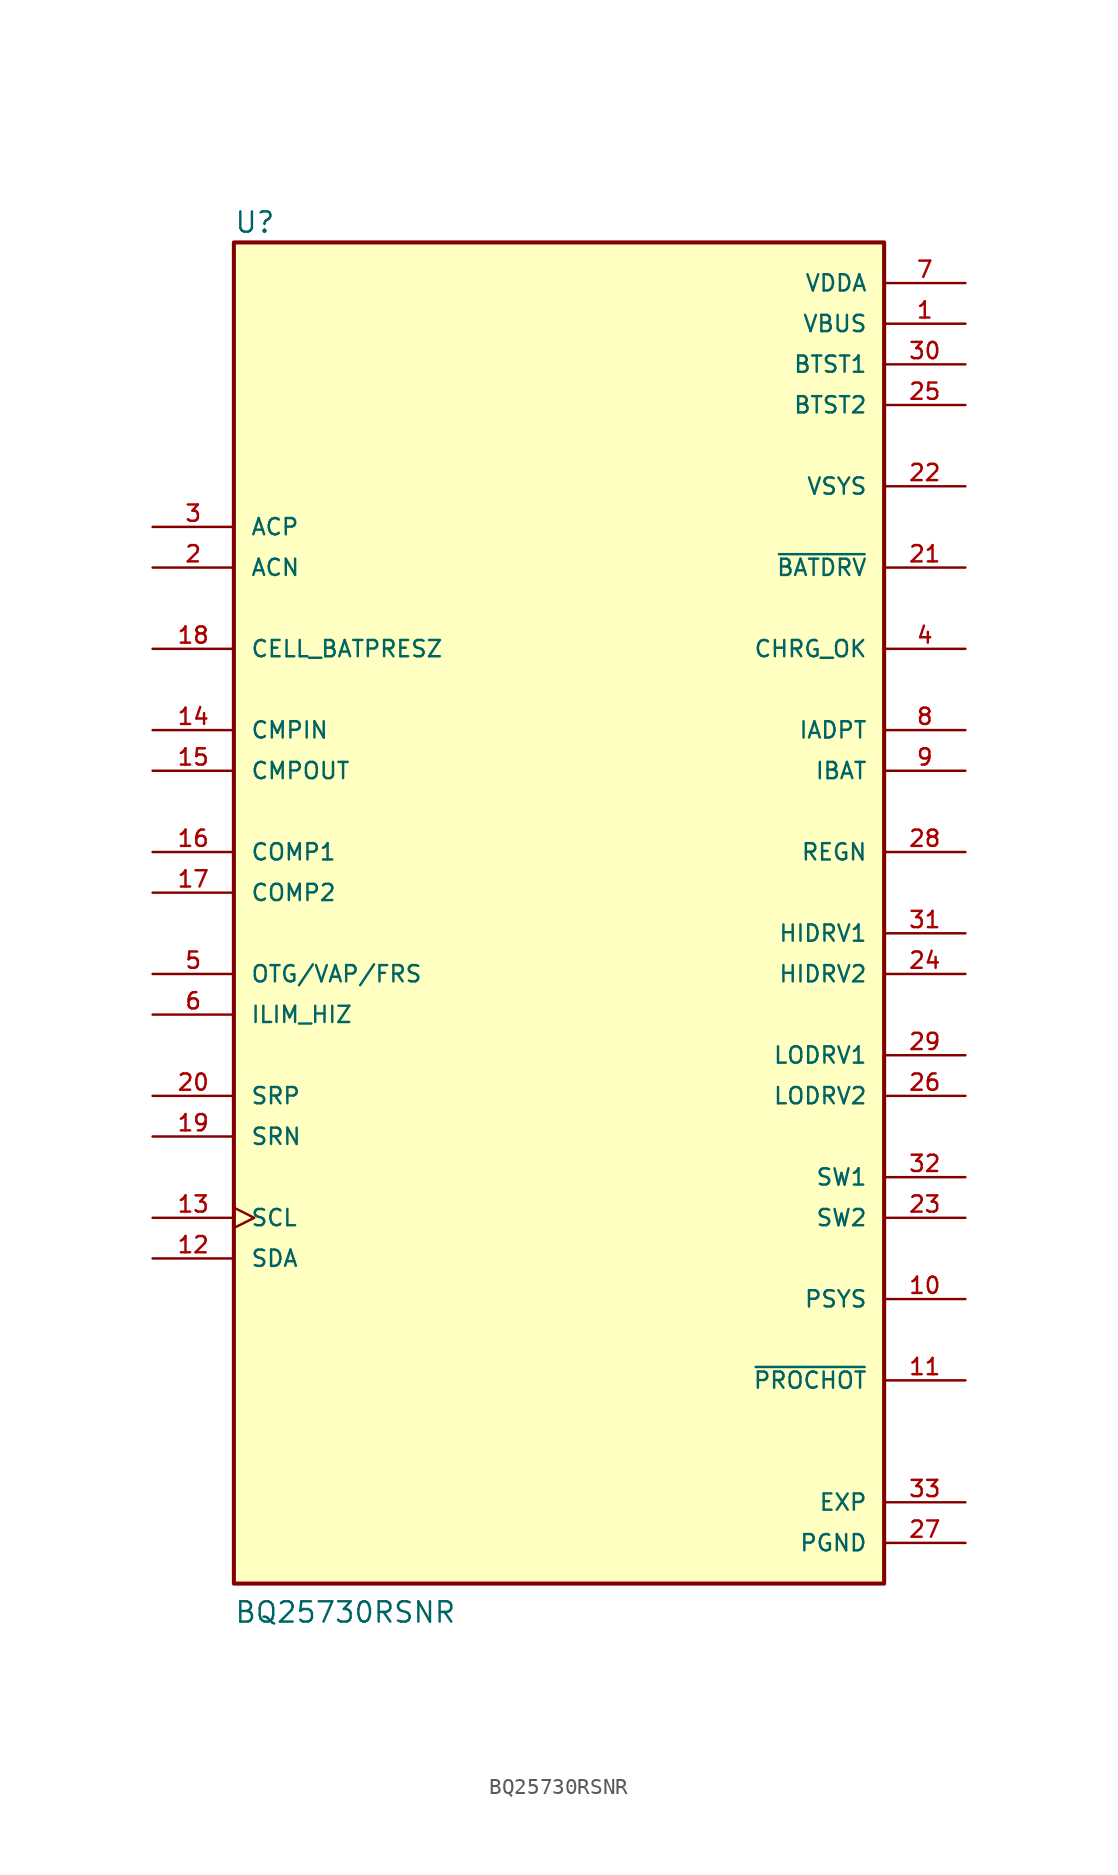
<source format=kicad_sym>
(kicad_symbol_lib
  (version 20211014)
  (generator kicad_symbol_editor)
  (symbol "BQ25730RSNR"
    (pin_names
      (offset 1.016))
    (property "Reference" "U"
      (at -20.32 41.148 0)
      (effects (font (size 1.27 1.27)) (justify bottom left)))
    (property "Value" "BQ25730RSNR"
      (at -20.32 -45.72 0)
      (effects (font (size 1.27 1.27)) (justify bottom left)))
    (symbol "BQ25730RSNR_0_0"
      (rectangle (start -20.32 -43.18) (end 20.32 40.64) (stroke (width 0.254)) (fill (type background)))
      (pin power_in line (at 25.4 35.56 180.0) (length 5.08) (name "VBUS" (effects (font (size 1.016 1.016)))) (number "1" (effects (font (size 1.016 1.016)))))
      (pin input line (at -25.4 20.32 0) (length 5.08) (name "ACN" (effects (font (size 1.016 1.016)))) (number "2" (effects (font (size 1.016 1.016)))))
      (pin input line (at -25.4 22.86 0) (length 5.08) (name "ACP" (effects (font (size 1.016 1.016)))) (number "3" (effects (font (size 1.016 1.016)))))
      (pin output line (at 25.4 15.24 180.0) (length 5.08) (name "CHRG_OK" (effects (font (size 1.016 1.016)))) (number "4" (effects (font (size 1.016 1.016)))))
      (pin input line (at -25.4 -5.08 0) (length 5.08) (name "OTG/VAP/FRS" (effects (font (size 1.016 1.016)))) (number "5" (effects (font (size 1.016 1.016)))))
      (pin input line (at -25.4 -7.62 0) (length 5.08) (name "ILIM_HIZ" (effects (font (size 1.016 1.016)))) (number "6" (effects (font (size 1.016 1.016)))))
      (pin power_in line (at 25.4 38.1 180.0) (length 5.08) (name "VDDA" (effects (font (size 1.016 1.016)))) (number "7" (effects (font (size 1.016 1.016)))))
      (pin output line (at 25.4 10.16 180.0) (length 5.08) (name "IADPT" (effects (font (size 1.016 1.016)))) (number "8" (effects (font (size 1.016 1.016)))))
      (pin output line (at 25.4 7.62 180.0) (length 5.08) (name "IBAT" (effects (font (size 1.016 1.016)))) (number "9" (effects (font (size 1.016 1.016)))))
      (pin output line (at 25.4 -25.4 180.0) (length 5.08) (name "PSYS" (effects (font (size 1.016 1.016)))) (number "10" (effects (font (size 1.016 1.016)))))
      (pin output line (at 25.4 -30.48 180.0) (length 5.08) (name "~{PROCHOT}" (effects (font (size 1.016 1.016)))) (number "11" (effects (font (size 1.016 1.016)))))
      (pin bidirectional line (at -25.4 -22.86 0) (length 5.08) (name "SDA" (effects (font (size 1.016 1.016)))) (number "12" (effects (font (size 1.016 1.016)))))
      (pin input clock (at -25.4 -20.32 0) (length 5.08) (name "SCL" (effects (font (size 1.016 1.016)))) (number "13" (effects (font (size 1.016 1.016)))))
      (pin input line (at -25.4 10.16 0) (length 5.08) (name "CMPIN" (effects (font (size 1.016 1.016)))) (number "14" (effects (font (size 1.016 1.016)))))
      (pin output line (at -25.4 7.62 0) (length 5.08) (name "CMPOUT" (effects (font (size 1.016 1.016)))) (number "15" (effects (font (size 1.016 1.016)))))
      (pin input line (at -25.4 2.54 0) (length 5.08) (name "COMP1" (effects (font (size 1.016 1.016)))) (number "16" (effects (font (size 1.016 1.016)))))
      (pin input line (at -25.4 0.0 0) (length 5.08) (name "COMP2" (effects (font (size 1.016 1.016)))) (number "17" (effects (font (size 1.016 1.016)))))
      (pin input line (at -25.4 15.24 0) (length 5.08) (name "CELL_BATPRESZ" (effects (font (size 1.016 1.016)))) (number "18" (effects (font (size 1.016 1.016)))))
      (pin input line (at -25.4 -15.24 0) (length 5.08) (name "SRN" (effects (font (size 1.016 1.016)))) (number "19" (effects (font (size 1.016 1.016)))))
      (pin input line (at -25.4 -12.7 0) (length 5.08) (name "SRP" (effects (font (size 1.016 1.016)))) (number "20" (effects (font (size 1.016 1.016)))))
      (pin output line (at 25.4 20.32 180.0) (length 5.08) (name "~{BATDRV}" (effects (font (size 1.016 1.016)))) (number "21" (effects (font (size 1.016 1.016)))))
      (pin power_in line (at 25.4 25.4 180.0) (length 5.08) (name "VSYS" (effects (font (size 1.016 1.016)))) (number "22" (effects (font (size 1.016 1.016)))))
      (pin output line (at 25.4 -20.32 180.0) (length 5.08) (name "SW2" (effects (font (size 1.016 1.016)))) (number "23" (effects (font (size 1.016 1.016)))))
      (pin output line (at 25.4 -5.08 180.0) (length 5.08) (name "HIDRV2" (effects (font (size 1.016 1.016)))) (number "24" (effects (font (size 1.016 1.016)))))
      (pin power_in line (at 25.4 30.48 180.0) (length 5.08) (name "BTST2" (effects (font (size 1.016 1.016)))) (number "25" (effects (font (size 1.016 1.016)))))
      (pin output line (at 25.4 -12.7 180.0) (length 5.08) (name "LODRV2" (effects (font (size 1.016 1.016)))) (number "26" (effects (font (size 1.016 1.016)))))
      (pin output line (at 25.4 2.54 180.0) (length 5.08) (name "REGN" (effects (font (size 1.016 1.016)))) (number "28" (effects (font (size 1.016 1.016)))))
      (pin output line (at 25.4 -10.16 180.0) (length 5.08) (name "LODRV1" (effects (font (size 1.016 1.016)))) (number "29" (effects (font (size 1.016 1.016)))))
      (pin power_in line (at 25.4 33.02 180.0) (length 5.08) (name "BTST1" (effects (font (size 1.016 1.016)))) (number "30" (effects (font (size 1.016 1.016)))))
      (pin output line (at 25.4 -2.54 180.0) (length 5.08) (name "HIDRV1" (effects (font (size 1.016 1.016)))) (number "31" (effects (font (size 1.016 1.016)))))
      (pin output line (at 25.4 -17.78 180.0) (length 5.08) (name "SW1" (effects (font (size 1.016 1.016)))) (number "32" (effects (font (size 1.016 1.016)))))
      (pin power_in line (at 25.4 -40.64 180.0) (length 5.08) (name "PGND" (effects (font (size 1.016 1.016)))) (number "27" (effects (font (size 1.016 1.016)))))
      (pin power_in line (at 25.4 -38.1 180.0) (length 5.08) (name "EXP" (effects (font (size 1.016 1.016)))) (number "33" (effects (font (size 1.016 1.016))))))))
</source>
